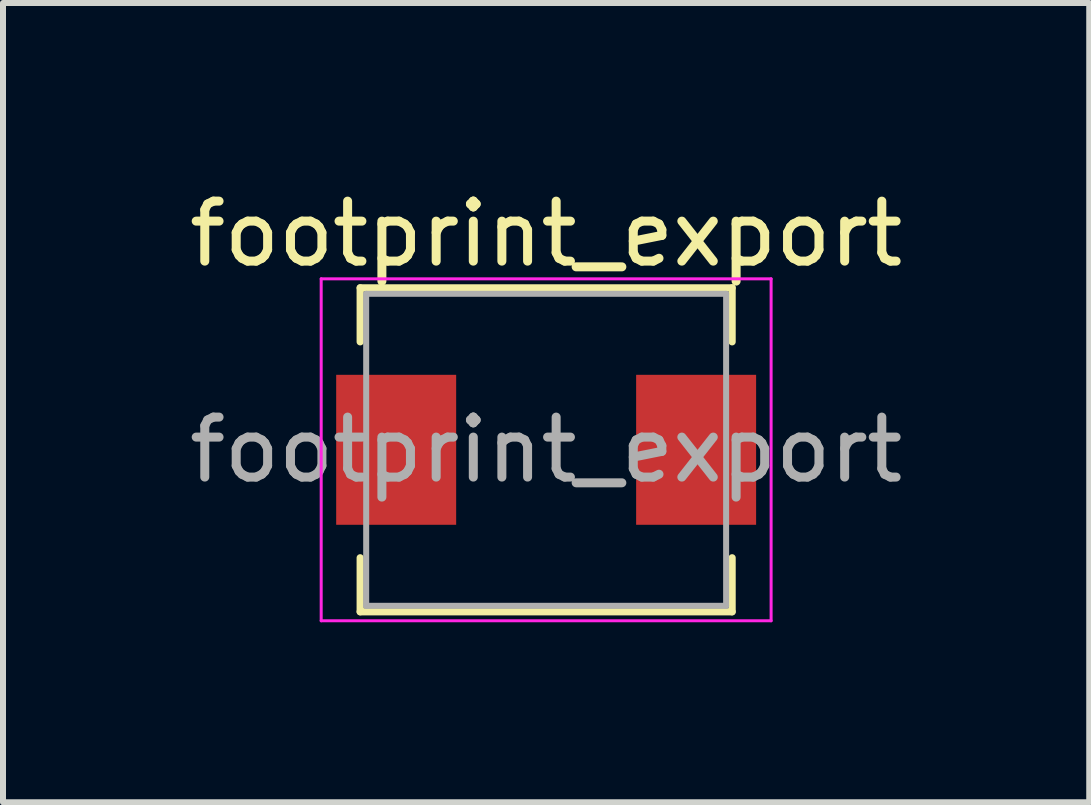
<source format=kicad_pcb>
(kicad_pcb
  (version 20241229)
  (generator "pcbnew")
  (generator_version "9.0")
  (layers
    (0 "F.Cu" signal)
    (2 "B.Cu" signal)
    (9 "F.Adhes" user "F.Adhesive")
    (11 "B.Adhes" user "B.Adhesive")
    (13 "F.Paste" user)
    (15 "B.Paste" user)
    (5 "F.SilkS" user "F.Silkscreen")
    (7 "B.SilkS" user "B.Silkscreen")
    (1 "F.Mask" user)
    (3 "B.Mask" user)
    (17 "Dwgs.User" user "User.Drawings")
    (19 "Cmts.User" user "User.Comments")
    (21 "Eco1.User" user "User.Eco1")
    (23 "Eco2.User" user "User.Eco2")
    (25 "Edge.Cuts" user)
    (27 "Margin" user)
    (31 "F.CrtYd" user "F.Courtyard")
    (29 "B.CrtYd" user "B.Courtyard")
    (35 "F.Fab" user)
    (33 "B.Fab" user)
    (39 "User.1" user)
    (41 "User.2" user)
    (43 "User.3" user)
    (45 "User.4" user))
  (footprint "footprint_export"
    (layer "F.Cu")
    (at 6.054 4.448)
    (property "Reference" "footprint_export" (at 0 -3.6 0) (layer "F.SilkS") (effects (font (size 1 1) (thickness 0.15))))
    (attr smd)
    (fp_line (start -3.1 -2.7) (end -3.1 -1.8) (stroke (width 0.12) (type solid)) (layer "F.SilkS"))
    (fp_line (start -3.1 2.7) (end -3.1 1.8) (stroke (width 0.12) (type solid)) (layer "F.SilkS"))
    (fp_line (start 3.1 -2.7) (end -3.1 -2.7) (stroke (width 0.12) (type solid)) (layer "F.SilkS"))
    (fp_line (start 3.1 -2.7) (end 3.1 -1.8) (stroke (width 0.12) (type solid)) (layer "F.SilkS"))
    (fp_line (start 3.1 1.8) (end 3.1 2.7) (stroke (width 0.12) (type solid)) (layer "F.SilkS"))
    (fp_line (start 3.1 2.7) (end -3.1 2.7) (stroke (width 0.12) (type solid)) (layer "F.SilkS"))
    (fp_line (start -3.75 -2.85) (end -3.75 2.85) (stroke (width 0.05) (type solid)) (layer "F.CrtYd"))
    (fp_line (start -3.75 -2.85) (end 3.75 -2.85) (stroke (width 0.05) (type solid)) (layer "F.CrtYd"))
    (fp_line (start 3.75 2.85) (end -3.75 2.85) (stroke (width 0.05) (type solid)) (layer "F.CrtYd"))
    (fp_line (start 3.75 2.85) (end 3.75 -2.85) (stroke (width 0.05) (type solid)) (layer "F.CrtYd"))
    (fp_line (start -3 -2.6) (end 3 -2.6) (stroke (width 0.1) (type solid)) (layer "F.Fab"))
    (fp_line (start -3 2.6) (end -3 -2.6) (stroke (width 0.1) (type solid)) (layer "F.Fab"))
    (fp_line (start 3 -2.6) (end 3 2.6) (stroke (width 0.1) (type solid)) (layer "F.Fab"))
    (fp_line (start 3 2.6) (end -3 2.6) (stroke (width 0.1) (type solid)) (layer "F.Fab"))
    (fp_text user "${REFERENCE}" (at 0 0 0) (layer "F.Fab") (effects (font (size 1 1) (thickness 0.15))))
    (pad "1" smd rect (at -2.5 0 180) (size 2 2.5) (layers "F.Cu" "F.Mask" "F.Paste"))
    (pad "2" smd rect (at 2.5 0 180) (size 2 2.5) (layers "F.Cu" "F.Mask" "F.Paste")))
  (gr_rect
    (start -3 -3)
    (end 15.107 10.323)
    (stroke (width 0.1) (type default))
    (fill no)
    (layer "Edge.Cuts")))
</source>
